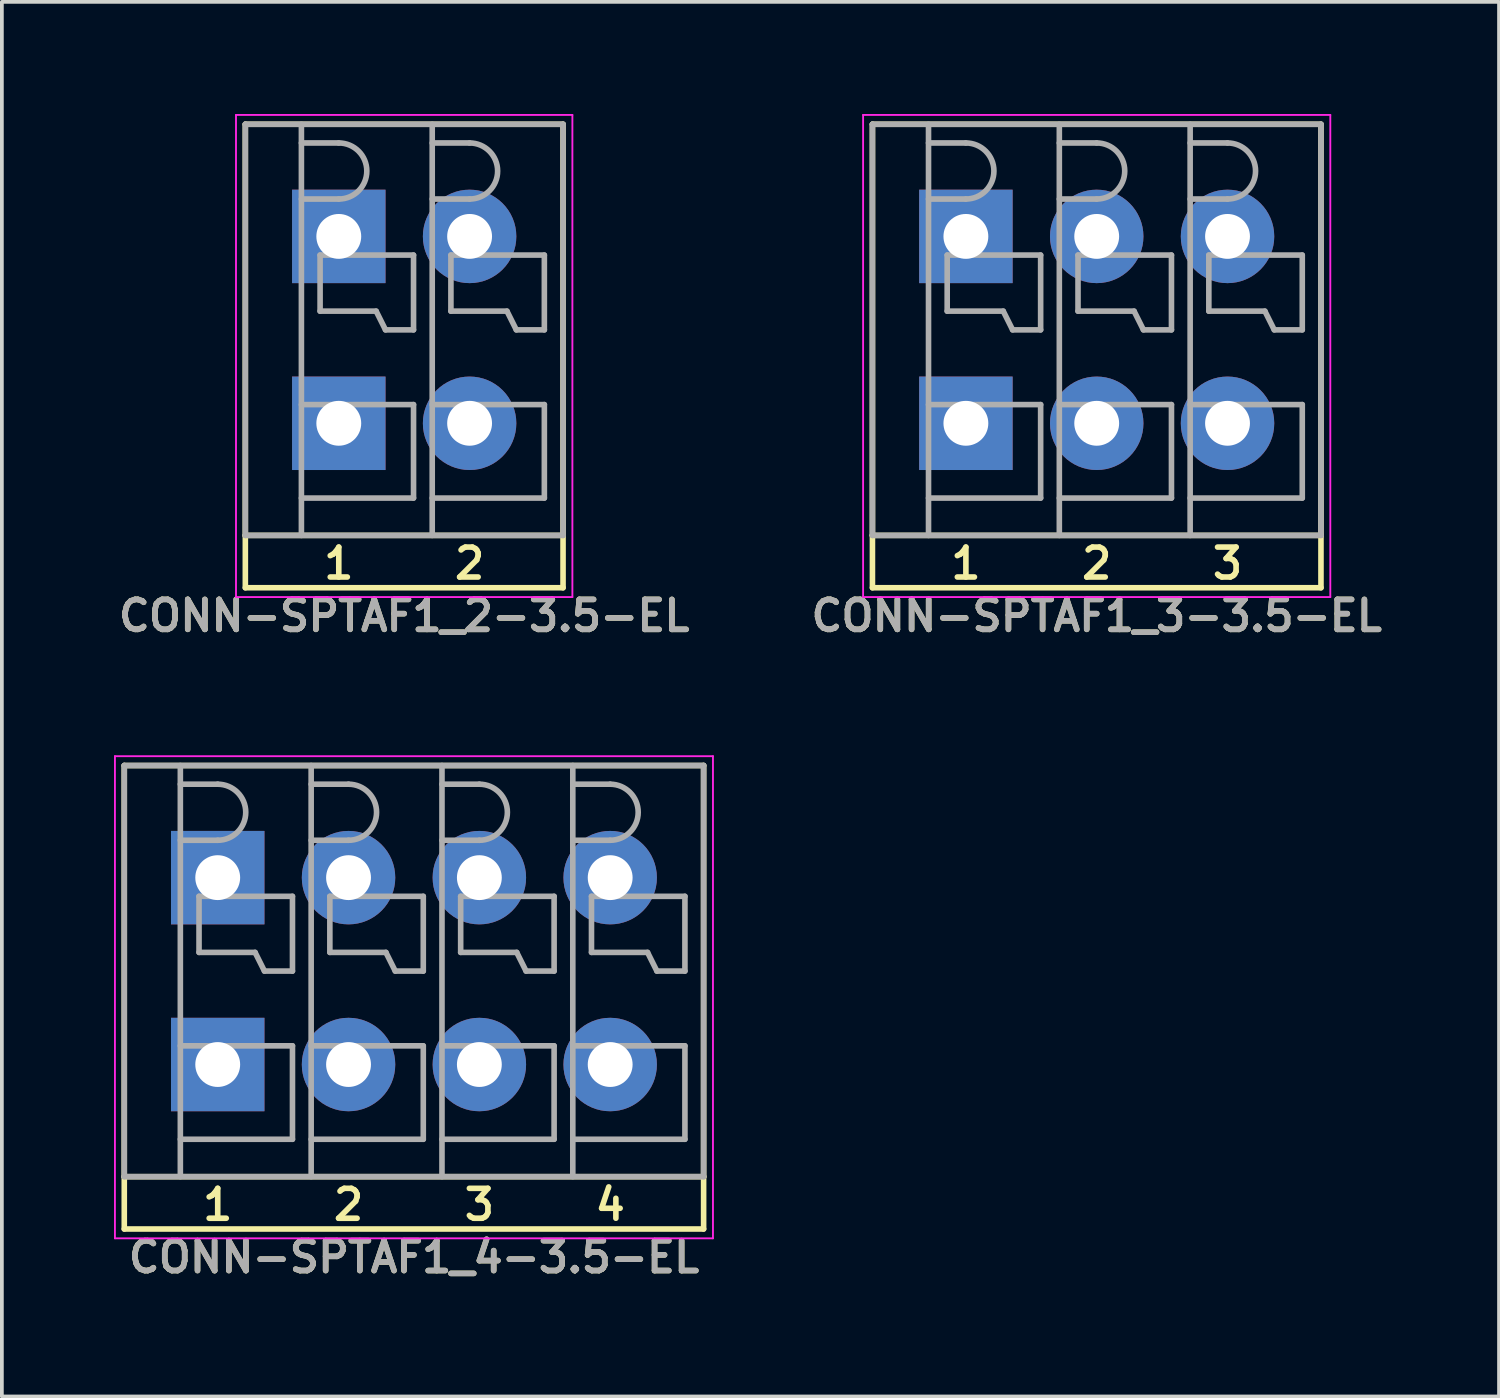
<source format=kicad_pcb>
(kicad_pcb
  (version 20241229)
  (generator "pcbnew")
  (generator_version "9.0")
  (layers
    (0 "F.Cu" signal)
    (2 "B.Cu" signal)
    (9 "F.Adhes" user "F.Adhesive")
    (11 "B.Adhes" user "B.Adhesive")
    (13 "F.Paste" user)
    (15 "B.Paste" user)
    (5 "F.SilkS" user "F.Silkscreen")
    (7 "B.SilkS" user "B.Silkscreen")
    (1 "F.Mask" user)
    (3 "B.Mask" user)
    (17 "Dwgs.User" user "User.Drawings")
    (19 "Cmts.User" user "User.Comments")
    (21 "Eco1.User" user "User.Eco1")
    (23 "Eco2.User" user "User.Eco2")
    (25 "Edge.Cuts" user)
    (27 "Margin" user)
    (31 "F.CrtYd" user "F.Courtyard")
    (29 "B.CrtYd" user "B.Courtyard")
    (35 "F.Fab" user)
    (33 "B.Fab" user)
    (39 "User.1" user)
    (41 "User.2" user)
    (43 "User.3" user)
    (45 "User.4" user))
  (footprint "CONN-SPTAF1_3-3.5-EL"
    (layer "F.Cu")
    (at 26.292 5.775)
    (property "Reference" "CONN-SPTAF1_3-3.5-EL" (at 0 7.65 0) (layer "F.SilkS") (effects (font (size 0.8 0.8) (thickness 0.15))))
    (attr through_hole)
    (fp_line (start -6 -5.5) (end 6 -5.5) (stroke (width 0.15) (type solid)) (layer "F.SilkS"))
    (fp_line (start -6 5.5) (end -6 -5.5) (stroke (width 0.15) (type solid)) (layer "F.SilkS"))
    (fp_line (start -6 5.5) (end -6 6.9) (stroke (width 0.15) (type solid)) (layer "F.SilkS"))
    (fp_line (start -6 6.9) (end 6 6.9) (stroke (width 0.15) (type solid)) (layer "F.SilkS"))
    (fp_line (start 6 -5.5) (end 6 5.5) (stroke (width 0.15) (type solid)) (layer "F.SilkS"))
    (fp_line (start 6 5.5) (end -6 5.5) (stroke (width 0.15) (type solid)) (layer "F.SilkS"))
    (fp_line (start 6 6.9) (end 6 5.5) (stroke (width 0.15) (type solid)) (layer "F.SilkS"))
    (fp_line (start -6.25 -5.75) (end 6.25 -5.75) (stroke (width 0.05) (type solid)) (layer "F.CrtYd"))
    (fp_line (start -6.25 7.15) (end -6.25 -5.75) (stroke (width 0.05) (type solid)) (layer "F.CrtYd"))
    (fp_line (start 6.25 -5.75) (end 6.25 7.15) (stroke (width 0.05) (type solid)) (layer "F.CrtYd"))
    (fp_line (start 6.25 7.15) (end -6.25 7.15) (stroke (width 0.05) (type solid)) (layer "F.CrtYd"))
    (fp_line (start -6 -5.5) (end 6 -5.5) (stroke (width 0.15) (type solid)) (layer "F.Fab"))
    (fp_line (start -6 5.5) (end -6 -5.5) (stroke (width 0.15) (type solid)) (layer "F.Fab"))
    (fp_line (start -4.5 -5.5) (end -4.5 5.5) (stroke (width 0.15) (type solid)) (layer "F.Fab"))
    (fp_line (start -4.5 -5) (end -3.5 -5) (stroke (width 0.15) (type solid)) (layer "F.Fab"))
    (fp_line (start -4.5 -3.5) (end -3.5 -3.5) (stroke (width 0.15) (type solid)) (layer "F.Fab"))
    (fp_line (start -4.5 2) (end -1.5 2) (stroke (width 0.15) (type solid)) (layer "F.Fab"))
    (fp_line (start -4 -2) (end -4 -0.5) (stroke (width 0.15) (type solid)) (layer "F.Fab"))
    (fp_line (start -4 -0.5) (end -2.5 -0.5) (stroke (width 0.15) (type solid)) (layer "F.Fab"))
    (fp_line (start -2.5 -0.5) (end -2.25 0) (stroke (width 0.15) (type solid)) (layer "F.Fab"))
    (fp_line (start -2.25 0) (end -1.5 0) (stroke (width 0.15) (type solid)) (layer "F.Fab"))
    (fp_line (start -1.5 -2) (end -4 -2) (stroke (width 0.15) (type solid)) (layer "F.Fab"))
    (fp_line (start -1.5 0) (end -1.5 -2) (stroke (width 0.15) (type solid)) (layer "F.Fab"))
    (fp_line (start -1.5 2) (end -1.5 4.5) (stroke (width 0.15) (type solid)) (layer "F.Fab"))
    (fp_line (start -1.5 4.5) (end -4.5 4.5) (stroke (width 0.15) (type solid)) (layer "F.Fab"))
    (fp_line (start -1 -5.5) (end -1 5.5) (stroke (width 0.15) (type solid)) (layer "F.Fab"))
    (fp_line (start -1 -5) (end 0 -5) (stroke (width 0.15) (type solid)) (layer "F.Fab"))
    (fp_line (start -1 -3.5) (end 0 -3.5) (stroke (width 0.15) (type solid)) (layer "F.Fab"))
    (fp_line (start -1 2) (end 2 2) (stroke (width 0.15) (type solid)) (layer "F.Fab"))
    (fp_line (start -0.5 -2) (end -0.5 -0.5) (stroke (width 0.15) (type solid)) (layer "F.Fab"))
    (fp_line (start -0.5 -0.5) (end 1 -0.5) (stroke (width 0.15) (type solid)) (layer "F.Fab"))
    (fp_line (start 1 -0.5) (end 1.25 0) (stroke (width 0.15) (type solid)) (layer "F.Fab"))
    (fp_line (start 1.25 0) (end 2 0) (stroke (width 0.15) (type solid)) (layer "F.Fab"))
    (fp_line (start 2 -2) (end -0.5 -2) (stroke (width 0.15) (type solid)) (layer "F.Fab"))
    (fp_line (start 2 0) (end 2 -2) (stroke (width 0.15) (type solid)) (layer "F.Fab"))
    (fp_line (start 2 2) (end 2 4.5) (stroke (width 0.15) (type solid)) (layer "F.Fab"))
    (fp_line (start 2 4.5) (end -1 4.5) (stroke (width 0.15) (type solid)) (layer "F.Fab"))
    (fp_line (start 2.5 -5.5) (end 2.5 5.5) (stroke (width 0.15) (type solid)) (layer "F.Fab"))
    (fp_line (start 2.5 -5) (end 3.5 -5) (stroke (width 0.15) (type solid)) (layer "F.Fab"))
    (fp_line (start 2.5 -3.5) (end 3.5 -3.5) (stroke (width 0.15) (type solid)) (layer "F.Fab"))
    (fp_line (start 2.5 2) (end 5.5 2) (stroke (width 0.15) (type solid)) (layer "F.Fab"))
    (fp_line (start 3 -2) (end 3 -0.5) (stroke (width 0.15) (type solid)) (layer "F.Fab"))
    (fp_line (start 3 -0.5) (end 4.5 -0.5) (stroke (width 0.15) (type solid)) (layer "F.Fab"))
    (fp_line (start 4.5 -0.5) (end 4.75 0) (stroke (width 0.15) (type solid)) (layer "F.Fab"))
    (fp_line (start 4.75 0) (end 5.5 0) (stroke (width 0.15) (type solid)) (layer "F.Fab"))
    (fp_line (start 5.5 -2) (end 3 -2) (stroke (width 0.15) (type solid)) (layer "F.Fab"))
    (fp_line (start 5.5 0) (end 5.5 -2) (stroke (width 0.15) (type solid)) (layer "F.Fab"))
    (fp_line (start 5.5 2) (end 5.5 4.5) (stroke (width 0.15) (type solid)) (layer "F.Fab"))
    (fp_line (start 5.5 4.5) (end 2.5 4.5) (stroke (width 0.15) (type solid)) (layer "F.Fab"))
    (fp_line (start 6 -5.5) (end 6 5.5) (stroke (width 0.15) (type solid)) (layer "F.Fab"))
    (fp_line (start 6 5.5) (end -6 5.5) (stroke (width 0.15) (type solid)) (layer "F.Fab"))
    (fp_arc (start -3.5 -5) (mid -2.75 -4.25) (end -3.5 -3.5) (stroke (width 0.15) (type solid)) (layer "F.Fab"))
    (fp_arc (start 0 -5) (mid 0.75 -4.25) (end 0 -3.5) (stroke (width 0.15) (type solid)) (layer "F.Fab"))
    (fp_arc (start 3.5 -5) (mid 4.25 -4.25) (end 3.5 -3.5) (stroke (width 0.15) (type solid)) (layer "F.Fab"))
    (fp_text user "3" (at 3.5 6.25 0) (layer "F.SilkS") (effects (font (size 0.8 0.8) (thickness 0.15))))
    (fp_text user "1" (at -3.5 6.25 0) (layer "F.SilkS") (effects (font (size 0.8 0.8) (thickness 0.15))))
    (fp_text user "2" (at 0 6.25 0) (layer "F.SilkS") (effects (font (size 0.8 0.8) (thickness 0.15))))
    (fp_text user "${REFERENCE}" (at 0 7.65 0) (layer "F.Fab") (effects (font (size 0.8 0.8) (thickness 0.15))))
    (pad "1" thru_hole rect (at -3.5 -2.5) (size 2.5 2.5) (drill 1.2) (layers "*.Cu" "*.Mask"))
    (pad "1" thru_hole rect (at -3.5 2.5) (size 2.5 2.5) (drill 1.2) (layers "*.Cu" "*.Mask"))
    (pad "2" thru_hole circle (at 0 -2.5) (size 2.5 2.5) (drill 1.2) (layers "*.Cu" "*.Mask"))
    (pad "2" thru_hole circle (at 0 2.5) (size 2.5 2.5) (drill 1.2) (layers "*.Cu" "*.Mask"))
    (pad "3" thru_hole circle (at 3.5 -2.5) (size 2.5 2.5) (drill 1.2) (layers "*.Cu" "*.Mask"))
    (pad "3" thru_hole circle (at 3.5 2.5) (size 2.5 2.5) (drill 1.2) (layers "*.Cu" "*.Mask")))
  (footprint "CONN-SPTAF1_4-3.5-EL"
    (layer "F.Cu")
    (at 8.025 22.931)
    (property "Reference" "CONN-SPTAF1_4-3.5-EL" (at 0 7.65 0) (layer "F.SilkS") (effects (font (size 0.8 0.8) (thickness 0.15))))
    (attr through_hole)
    (fp_line (start -7.75 -5.5) (end 7.75 -5.5) (stroke (width 0.15) (type solid)) (layer "F.SilkS"))
    (fp_line (start -7.75 5.5) (end -7.75 -5.5) (stroke (width 0.15) (type solid)) (layer "F.SilkS"))
    (fp_line (start -7.75 5.5) (end -7.75 6.9) (stroke (width 0.15) (type solid)) (layer "F.SilkS"))
    (fp_line (start -7.75 6.9) (end 7.75 6.9) (stroke (width 0.15) (type solid)) (layer "F.SilkS"))
    (fp_line (start 7.75 -5.5) (end 7.75 5.5) (stroke (width 0.15) (type solid)) (layer "F.SilkS"))
    (fp_line (start 7.75 5.5) (end -7.75 5.5) (stroke (width 0.15) (type solid)) (layer "F.SilkS"))
    (fp_line (start 7.75 6.9) (end 7.75 5.5) (stroke (width 0.15) (type solid)) (layer "F.SilkS"))
    (fp_line (start -8 -5.75) (end 8 -5.75) (stroke (width 0.05) (type solid)) (layer "F.CrtYd"))
    (fp_line (start -8 7.15) (end -8 -5.75) (stroke (width 0.05) (type solid)) (layer "F.CrtYd"))
    (fp_line (start 8 -5.75) (end 8 7.15) (stroke (width 0.05) (type solid)) (layer "F.CrtYd"))
    (fp_line (start 8 7.15) (end -8 7.15) (stroke (width 0.05) (type solid)) (layer "F.CrtYd"))
    (fp_line (start -7.75 -5.5) (end 7.75 -5.5) (stroke (width 0.15) (type solid)) (layer "F.Fab"))
    (fp_line (start -7.75 5.5) (end -7.75 -5.5) (stroke (width 0.15) (type solid)) (layer "F.Fab"))
    (fp_line (start -6.25 -5.5) (end -6.25 5.5) (stroke (width 0.15) (type solid)) (layer "F.Fab"))
    (fp_line (start -6.25 -5) (end -5.25 -5) (stroke (width 0.15) (type solid)) (layer "F.Fab"))
    (fp_line (start -6.25 -3.5) (end -5.25 -3.5) (stroke (width 0.15) (type solid)) (layer "F.Fab"))
    (fp_line (start -6.25 2) (end -3.25 2) (stroke (width 0.15) (type solid)) (layer "F.Fab"))
    (fp_line (start -5.75 -2) (end -5.75 -0.5) (stroke (width 0.15) (type solid)) (layer "F.Fab"))
    (fp_line (start -5.75 -0.5) (end -4.25 -0.5) (stroke (width 0.15) (type solid)) (layer "F.Fab"))
    (fp_line (start -4.25 -0.5) (end -4 0) (stroke (width 0.15) (type solid)) (layer "F.Fab"))
    (fp_line (start -4 0) (end -3.25 0) (stroke (width 0.15) (type solid)) (layer "F.Fab"))
    (fp_line (start -3.25 -2) (end -5.75 -2) (stroke (width 0.15) (type solid)) (layer "F.Fab"))
    (fp_line (start -3.25 0) (end -3.25 -2) (stroke (width 0.15) (type solid)) (layer "F.Fab"))
    (fp_line (start -3.25 2) (end -3.25 4.5) (stroke (width 0.15) (type solid)) (layer "F.Fab"))
    (fp_line (start -3.25 4.5) (end -6.25 4.5) (stroke (width 0.15) (type solid)) (layer "F.Fab"))
    (fp_line (start -2.75 -5.5) (end -2.75 5.5) (stroke (width 0.15) (type solid)) (layer "F.Fab"))
    (fp_line (start -2.75 -5) (end -1.75 -5) (stroke (width 0.15) (type solid)) (layer "F.Fab"))
    (fp_line (start -2.75 -3.5) (end -1.75 -3.5) (stroke (width 0.15) (type solid)) (layer "F.Fab"))
    (fp_line (start -2.75 2) (end 0.25 2) (stroke (width 0.15) (type solid)) (layer "F.Fab"))
    (fp_line (start -2.25 -2) (end -2.25 -0.5) (stroke (width 0.15) (type solid)) (layer "F.Fab"))
    (fp_line (start -2.25 -0.5) (end -0.75 -0.5) (stroke (width 0.15) (type solid)) (layer "F.Fab"))
    (fp_line (start -0.75 -0.5) (end -0.5 0) (stroke (width 0.15) (type solid)) (layer "F.Fab"))
    (fp_line (start -0.5 0) (end 0.25 0) (stroke (width 0.15) (type solid)) (layer "F.Fab"))
    (fp_line (start 0.25 -2) (end -2.25 -2) (stroke (width 0.15) (type solid)) (layer "F.Fab"))
    (fp_line (start 0.25 0) (end 0.25 -2) (stroke (width 0.15) (type solid)) (layer "F.Fab"))
    (fp_line (start 0.25 2) (end 0.25 4.5) (stroke (width 0.15) (type solid)) (layer "F.Fab"))
    (fp_line (start 0.25 4.5) (end -2.75 4.5) (stroke (width 0.15) (type solid)) (layer "F.Fab"))
    (fp_line (start 0.75 -5.5) (end 0.75 5.5) (stroke (width 0.15) (type solid)) (layer "F.Fab"))
    (fp_line (start 0.75 -5) (end 1.75 -5) (stroke (width 0.15) (type solid)) (layer "F.Fab"))
    (fp_line (start 0.75 -3.5) (end 1.75 -3.5) (stroke (width 0.15) (type solid)) (layer "F.Fab"))
    (fp_line (start 0.75 2) (end 3.75 2) (stroke (width 0.15) (type solid)) (layer "F.Fab"))
    (fp_line (start 1.25 -2) (end 1.25 -0.5) (stroke (width 0.15) (type solid)) (layer "F.Fab"))
    (fp_line (start 1.25 -0.5) (end 2.75 -0.5) (stroke (width 0.15) (type solid)) (layer "F.Fab"))
    (fp_line (start 2.75 -0.5) (end 3 0) (stroke (width 0.15) (type solid)) (layer "F.Fab"))
    (fp_line (start 3 0) (end 3.75 0) (stroke (width 0.15) (type solid)) (layer "F.Fab"))
    (fp_line (start 3.75 -2) (end 1.25 -2) (stroke (width 0.15) (type solid)) (layer "F.Fab"))
    (fp_line (start 3.75 0) (end 3.75 -2) (stroke (width 0.15) (type solid)) (layer "F.Fab"))
    (fp_line (start 3.75 2) (end 3.75 4.5) (stroke (width 0.15) (type solid)) (layer "F.Fab"))
    (fp_line (start 3.75 4.5) (end 0.75 4.5) (stroke (width 0.15) (type solid)) (layer "F.Fab"))
    (fp_line (start 4.25 -5.5) (end 4.25 5.5) (stroke (width 0.15) (type solid)) (layer "F.Fab"))
    (fp_line (start 4.25 -5) (end 5.25 -5) (stroke (width 0.15) (type solid)) (layer "F.Fab"))
    (fp_line (start 4.25 -3.5) (end 5.25 -3.5) (stroke (width 0.15) (type solid)) (layer "F.Fab"))
    (fp_line (start 4.25 2) (end 7.25 2) (stroke (width 0.15) (type solid)) (layer "F.Fab"))
    (fp_line (start 4.75 -2) (end 4.75 -0.5) (stroke (width 0.15) (type solid)) (layer "F.Fab"))
    (fp_line (start 4.75 -0.5) (end 6.25 -0.5) (stroke (width 0.15) (type solid)) (layer "F.Fab"))
    (fp_line (start 6.25 -0.5) (end 6.5 0) (stroke (width 0.15) (type solid)) (layer "F.Fab"))
    (fp_line (start 6.5 0) (end 7.25 0) (stroke (width 0.15) (type solid)) (layer "F.Fab"))
    (fp_line (start 7.25 -2) (end 4.75 -2) (stroke (width 0.15) (type solid)) (layer "F.Fab"))
    (fp_line (start 7.25 0) (end 7.25 -2) (stroke (width 0.15) (type solid)) (layer "F.Fab"))
    (fp_line (start 7.25 2) (end 7.25 4.5) (stroke (width 0.15) (type solid)) (layer "F.Fab"))
    (fp_line (start 7.25 4.5) (end 4.25 4.5) (stroke (width 0.15) (type solid)) (layer "F.Fab"))
    (fp_line (start 7.75 -5.5) (end 7.75 5.5) (stroke (width 0.15) (type solid)) (layer "F.Fab"))
    (fp_line (start 7.75 5.5) (end -7.75 5.5) (stroke (width 0.15) (type solid)) (layer "F.Fab"))
    (fp_arc (start -5.25 -5) (mid -4.5 -4.25) (end -5.25 -3.5) (stroke (width 0.15) (type solid)) (layer "F.Fab"))
    (fp_arc (start -1.75 -5) (mid -1 -4.25) (end -1.75 -3.5) (stroke (width 0.15) (type solid)) (layer "F.Fab"))
    (fp_arc (start 1.75 -5) (mid 2.5 -4.25) (end 1.75 -3.5) (stroke (width 0.15) (type solid)) (layer "F.Fab"))
    (fp_arc (start 5.25 -5) (mid 6 -4.25) (end 5.25 -3.5) (stroke (width 0.15) (type solid)) (layer "F.Fab"))
    (fp_text user "4" (at 5.25 6.25 0) (layer "F.SilkS") (effects (font (size 0.8 0.8) (thickness 0.15))))
    (fp_text user "1" (at -5.25 6.25 0) (layer "F.SilkS") (effects (font (size 0.8 0.8) (thickness 0.15))))
    (fp_text user "3" (at 1.75 6.25 0) (layer "F.SilkS") (effects (font (size 0.8 0.8) (thickness 0.15))))
    (fp_text user "2" (at -1.75 6.25 0) (layer "F.SilkS") (effects (font (size 0.8 0.8) (thickness 0.15))))
    (fp_text user "${REFERENCE}" (at 0 7.65 0) (layer "F.Fab") (effects (font (size 0.8 0.8) (thickness 0.15))))
    (pad "1" thru_hole rect (at -5.25 -2.5) (size 2.5 2.5) (drill 1.2) (layers "*.Cu" "*.Mask"))
    (pad "1" thru_hole rect (at -5.25 2.5) (size 2.5 2.5) (drill 1.2) (layers "*.Cu" "*.Mask"))
    (pad "2" thru_hole circle (at -1.75 -2.5) (size 2.5 2.5) (drill 1.2) (layers "*.Cu" "*.Mask"))
    (pad "2" thru_hole circle (at -1.75 2.5) (size 2.5 2.5) (drill 1.2) (layers "*.Cu" "*.Mask"))
    (pad "3" thru_hole circle (at 1.75 -2.5) (size 2.5 2.5) (drill 1.2) (layers "*.Cu" "*.Mask"))
    (pad "3" thru_hole circle (at 1.75 2.5) (size 2.5 2.5) (drill 1.2) (layers "*.Cu" "*.Mask"))
    (pad "4" thru_hole circle (at 5.25 -2.5) (size 2.5 2.5) (drill 1.2) (layers "*.Cu" "*.Mask"))
    (pad "4" thru_hole circle (at 5.25 2.5) (size 2.5 2.5) (drill 1.2) (layers "*.Cu" "*.Mask")))
  (footprint "CONN-SPTAF1_2-3.5-EL"
    (layer "F.Cu")
    (at 7.764 5.775)
    (property "Reference" "CONN-SPTAF1_2-3.5-EL" (at 0 7.65 0) (layer "F.SilkS") (effects (font (size 0.8 0.8) (thickness 0.15))))
    (attr through_hole)
    (fp_line (start -4.25 -5.5) (end 4.25 -5.5) (stroke (width 0.15) (type solid)) (layer "F.SilkS"))
    (fp_line (start -4.25 5.5) (end -4.25 -5.5) (stroke (width 0.15) (type solid)) (layer "F.SilkS"))
    (fp_line (start -4.25 5.5) (end -4.25 6.9) (stroke (width 0.15) (type solid)) (layer "F.SilkS"))
    (fp_line (start -4.25 6.9) (end 4.25 6.9) (stroke (width 0.15) (type solid)) (layer "F.SilkS"))
    (fp_line (start 4.25 -5.5) (end 4.25 5.5) (stroke (width 0.15) (type solid)) (layer "F.SilkS"))
    (fp_line (start 4.25 5.5) (end -4.25 5.5) (stroke (width 0.15) (type solid)) (layer "F.SilkS"))
    (fp_line (start 4.25 6.9) (end 4.25 5.5) (stroke (width 0.15) (type solid)) (layer "F.SilkS"))
    (fp_line (start -4.5 -5.75) (end 4.5 -5.75) (stroke (width 0.05) (type solid)) (layer "F.CrtYd"))
    (fp_line (start -4.5 7.15) (end -4.5 -5.75) (stroke (width 0.05) (type solid)) (layer "F.CrtYd"))
    (fp_line (start 4.5 -5.75) (end 4.5 7.15) (stroke (width 0.05) (type solid)) (layer "F.CrtYd"))
    (fp_line (start 4.5 7.15) (end -4.5 7.15) (stroke (width 0.05) (type solid)) (layer "F.CrtYd"))
    (fp_line (start -4.25 -5.5) (end 4.25 -5.5) (stroke (width 0.15) (type solid)) (layer "F.Fab"))
    (fp_line (start -4.25 5.5) (end -4.25 -5.5) (stroke (width 0.15) (type solid)) (layer "F.Fab"))
    (fp_line (start -2.75 -5.5) (end -2.75 5.5) (stroke (width 0.15) (type solid)) (layer "F.Fab"))
    (fp_line (start -2.75 -5) (end -1.75 -5) (stroke (width 0.15) (type solid)) (layer "F.Fab"))
    (fp_line (start -2.75 -3.5) (end -1.75 -3.5) (stroke (width 0.15) (type solid)) (layer "F.Fab"))
    (fp_line (start -2.75 2) (end 0.25 2) (stroke (width 0.15) (type solid)) (layer "F.Fab"))
    (fp_line (start -2.25 -2) (end -2.25 -0.5) (stroke (width 0.15) (type solid)) (layer "F.Fab"))
    (fp_line (start -2.25 -0.5) (end -0.75 -0.5) (stroke (width 0.15) (type solid)) (layer "F.Fab"))
    (fp_line (start -0.75 -0.5) (end -0.5 0) (stroke (width 0.15) (type solid)) (layer "F.Fab"))
    (fp_line (start -0.5 0) (end 0.25 0) (stroke (width 0.15) (type solid)) (layer "F.Fab"))
    (fp_line (start 0.25 -2) (end -2.25 -2) (stroke (width 0.15) (type solid)) (layer "F.Fab"))
    (fp_line (start 0.25 0) (end 0.25 -2) (stroke (width 0.15) (type solid)) (layer "F.Fab"))
    (fp_line (start 0.25 2) (end 0.25 4.5) (stroke (width 0.15) (type solid)) (layer "F.Fab"))
    (fp_line (start 0.25 4.5) (end -2.75 4.5) (stroke (width 0.15) (type solid)) (layer "F.Fab"))
    (fp_line (start 0.75 -5.5) (end 0.75 5.5) (stroke (width 0.15) (type solid)) (layer "F.Fab"))
    (fp_line (start 0.75 -5) (end 1.75 -5) (stroke (width 0.15) (type solid)) (layer "F.Fab"))
    (fp_line (start 0.75 -3.5) (end 1.75 -3.5) (stroke (width 0.15) (type solid)) (layer "F.Fab"))
    (fp_line (start 0.75 2) (end 3.75 2) (stroke (width 0.15) (type solid)) (layer "F.Fab"))
    (fp_line (start 1.25 -2) (end 1.25 -0.5) (stroke (width 0.15) (type solid)) (layer "F.Fab"))
    (fp_line (start 1.25 -0.5) (end 2.75 -0.5) (stroke (width 0.15) (type solid)) (layer "F.Fab"))
    (fp_line (start 2.75 -0.5) (end 3 0) (stroke (width 0.15) (type solid)) (layer "F.Fab"))
    (fp_line (start 3 0) (end 3.75 0) (stroke (width 0.15) (type solid)) (layer "F.Fab"))
    (fp_line (start 3.75 -2) (end 1.25 -2) (stroke (width 0.15) (type solid)) (layer "F.Fab"))
    (fp_line (start 3.75 0) (end 3.75 -2) (stroke (width 0.15) (type solid)) (layer "F.Fab"))
    (fp_line (start 3.75 2) (end 3.75 4.5) (stroke (width 0.15) (type solid)) (layer "F.Fab"))
    (fp_line (start 3.75 4.5) (end 0.75 4.5) (stroke (width 0.15) (type solid)) (layer "F.Fab"))
    (fp_line (start 4.25 -5.5) (end 4.25 5.5) (stroke (width 0.15) (type solid)) (layer "F.Fab"))
    (fp_line (start 4.25 5.5) (end -4.25 5.5) (stroke (width 0.15) (type solid)) (layer "F.Fab"))
    (fp_arc (start -1.75 -5) (mid -1 -4.25) (end -1.75 -3.5) (stroke (width 0.15) (type solid)) (layer "F.Fab"))
    (fp_arc (start 1.75 -5) (mid 2.5 -4.25) (end 1.75 -3.5) (stroke (width 0.15) (type solid)) (layer "F.Fab"))
    (fp_text user "2" (at 1.75 6.25 0) (layer "F.SilkS") (effects (font (size 0.8 0.8) (thickness 0.15))))
    (fp_text user "1" (at -1.75 6.25 0) (layer "F.SilkS") (effects (font (size 0.8 0.8) (thickness 0.15))))
    (fp_text user "${REFERENCE}" (at 0 7.65 0) (layer "F.Fab") (effects (font (size 0.8 0.8) (thickness 0.15))))
    (pad "1" thru_hole rect (at -1.75 -2.5) (size 2.5 2.5) (drill 1.2) (layers "*.Cu" "*.Mask"))
    (pad "1" thru_hole rect (at -1.75 2.5) (size 2.5 2.5) (drill 1.2) (layers "*.Cu" "*.Mask"))
    (pad "2" thru_hole circle (at 1.75 -2.5) (size 2.5 2.5) (drill 1.2) (layers "*.Cu" "*.Mask"))
    (pad "2" thru_hole circle (at 1.75 2.5) (size 2.5 2.5) (drill 1.2) (layers "*.Cu" "*.Mask")))
  (gr_rect
    (start -3 -3)
    (end 37.056 34.312)
    (stroke (width 0.1) (type default))
    (fill no)
    (layer "Edge.Cuts")))
</source>
